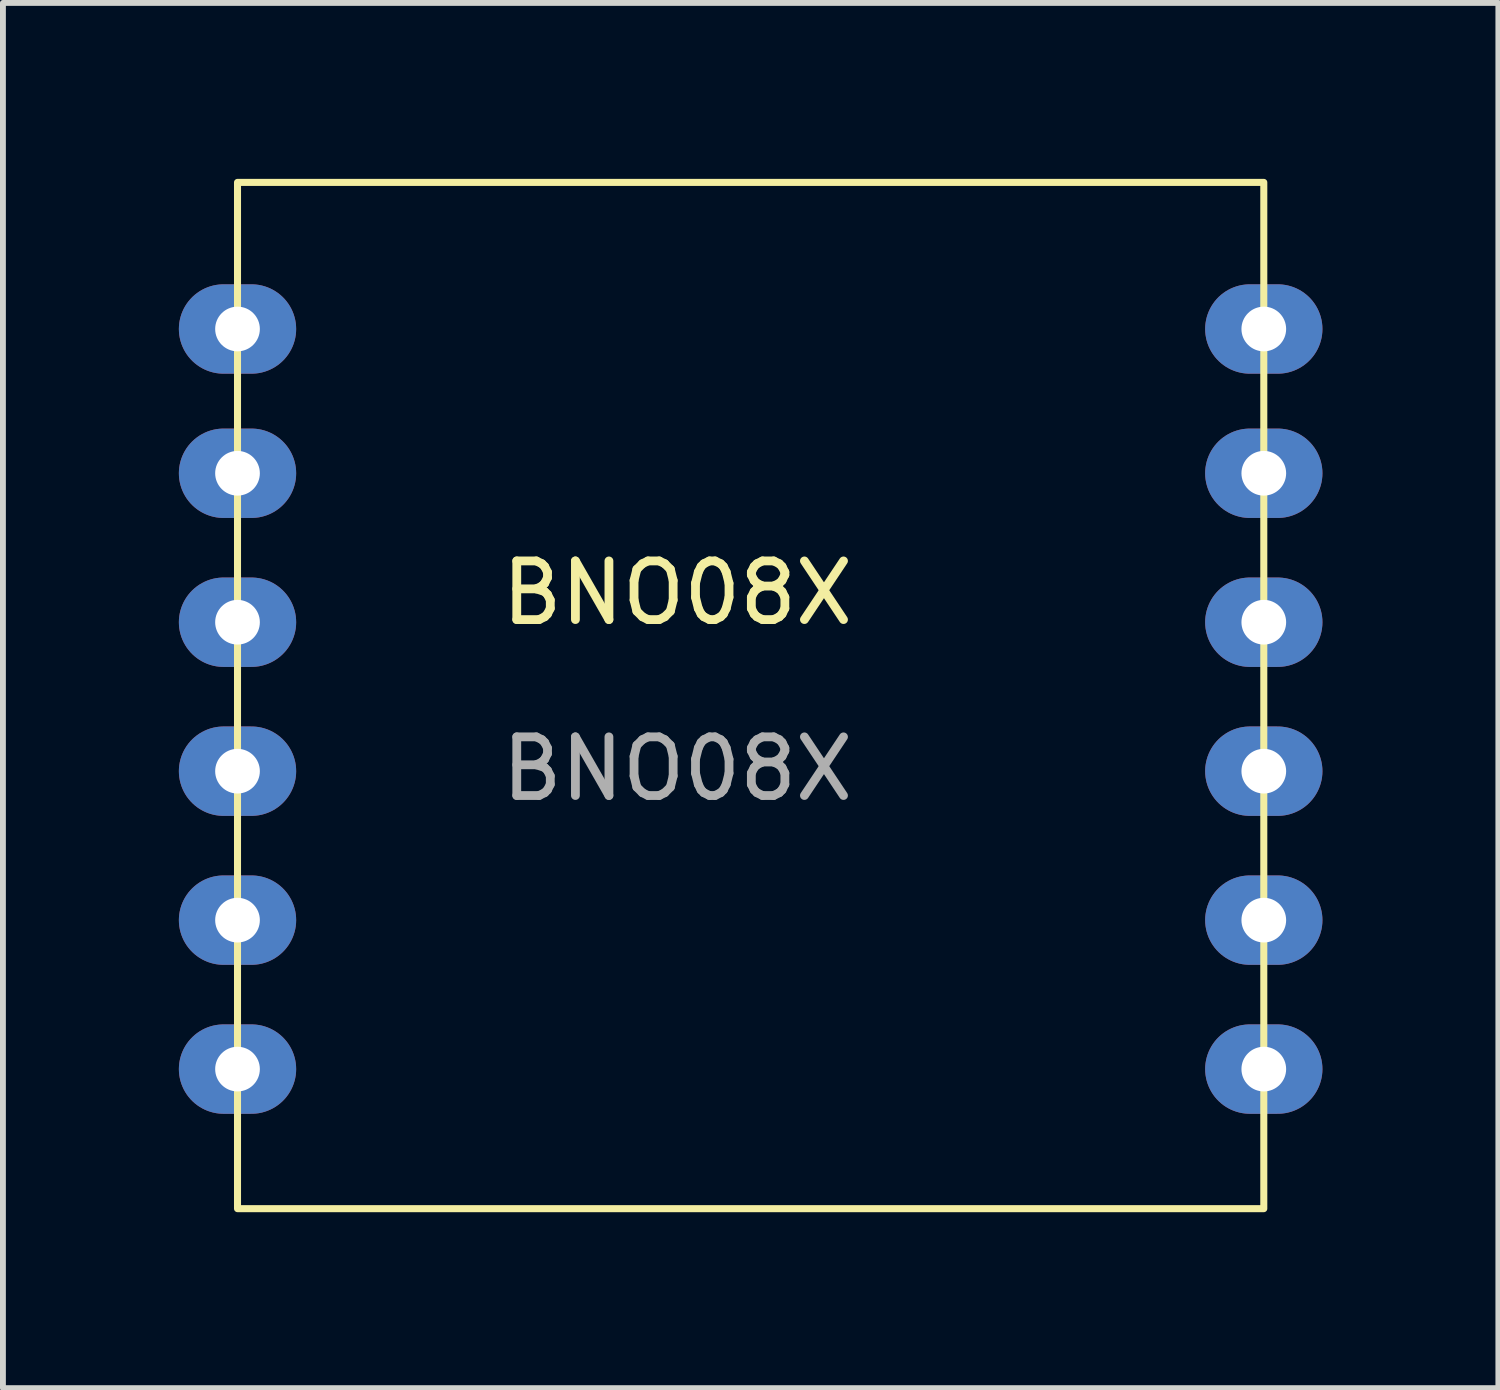
<source format=kicad_pcb>
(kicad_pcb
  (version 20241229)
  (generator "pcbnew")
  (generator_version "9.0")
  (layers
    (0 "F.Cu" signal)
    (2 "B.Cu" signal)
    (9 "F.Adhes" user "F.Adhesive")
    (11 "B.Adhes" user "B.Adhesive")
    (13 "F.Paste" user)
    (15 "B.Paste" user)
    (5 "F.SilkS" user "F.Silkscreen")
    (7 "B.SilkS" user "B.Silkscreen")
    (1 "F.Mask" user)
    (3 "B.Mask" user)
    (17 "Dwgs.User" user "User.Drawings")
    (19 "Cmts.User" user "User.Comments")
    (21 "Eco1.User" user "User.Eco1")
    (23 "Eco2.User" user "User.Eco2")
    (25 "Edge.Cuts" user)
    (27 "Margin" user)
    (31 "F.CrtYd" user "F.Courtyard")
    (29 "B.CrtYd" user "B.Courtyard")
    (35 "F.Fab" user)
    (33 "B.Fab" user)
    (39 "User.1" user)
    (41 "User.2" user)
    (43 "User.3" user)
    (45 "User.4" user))
  (footprint "BNO08X"
    (layer "F.Cu")
    (at 8.5 7.56)
    (property "Reference" "BNO08X" (at 0 -0.5 0) (unlocked yes) (layer "F.SilkS") (effects (font (size 1 1) (thickness 0.15))))
    (attr through_hole)
    (fp_rect (start -7.5 -7.5) (end 10 10) (stroke (width 0.12) (type solid)) (fill no) (layer "F.SilkS"))
    (fp_text user "${REFERENCE}" (at 0 2.5 0) (unlocked yes) (layer "F.Fab") (effects (font (size 1 1) (thickness 0.15))))
    (pad "1" thru_hole oval (at -7.5 -5) (size 2 1.524) (drill oval 0.762) (layers "*.Cu" "*.Mask"))
    (pad "2" thru_hole oval (at -7.5 -2.54) (size 2 1.524) (drill oval 0.762) (layers "*.Cu" "*.Mask"))
    (pad "3" thru_hole oval (at -7.5 0) (size 2 1.524) (drill oval 0.762) (layers "*.Cu" "*.Mask"))
    (pad "4" thru_hole oval (at -7.5 2.54) (size 2 1.524) (drill oval 0.762) (layers "*.Cu" "*.Mask"))
    (pad "5" thru_hole oval (at -7.5 5.08) (size 2 1.524) (drill oval 0.762) (layers "*.Cu" "*.Mask"))
    (pad "6" thru_hole oval (at -7.5 7.62) (size 2 1.524) (drill oval 0.762) (layers "*.Cu" "*.Mask"))
    (pad "7" thru_hole oval (at 10 -5) (size 2 1.524) (drill oval 0.762) (layers "*.Cu" "*.Mask"))
    (pad "8" thru_hole oval (at 10 -2.54) (size 2 1.524) (drill oval 0.762) (layers "*.Cu" "*.Mask"))
    (pad "9" thru_hole oval (at 10 0) (size 2 1.524) (drill oval 0.762) (layers "*.Cu" "*.Mask"))
    (pad "10" thru_hole oval (at 10 2.54) (size 2 1.524) (drill oval 0.762) (layers "*.Cu" "*.Mask"))
    (pad "11" thru_hole oval (at 10 5.08) (size 2 1.524) (drill oval 0.762) (layers "*.Cu" "*.Mask"))
    (pad "12" thru_hole oval (at 10 7.62) (size 2 1.524) (drill oval 0.762) (layers "*.Cu" "*.Mask")))
  (gr_rect
    (start -3 -3)
    (end 22.5 20.62)
    (stroke (width 0.1) (type default))
    (fill no)
    (layer "Edge.Cuts")))
</source>
